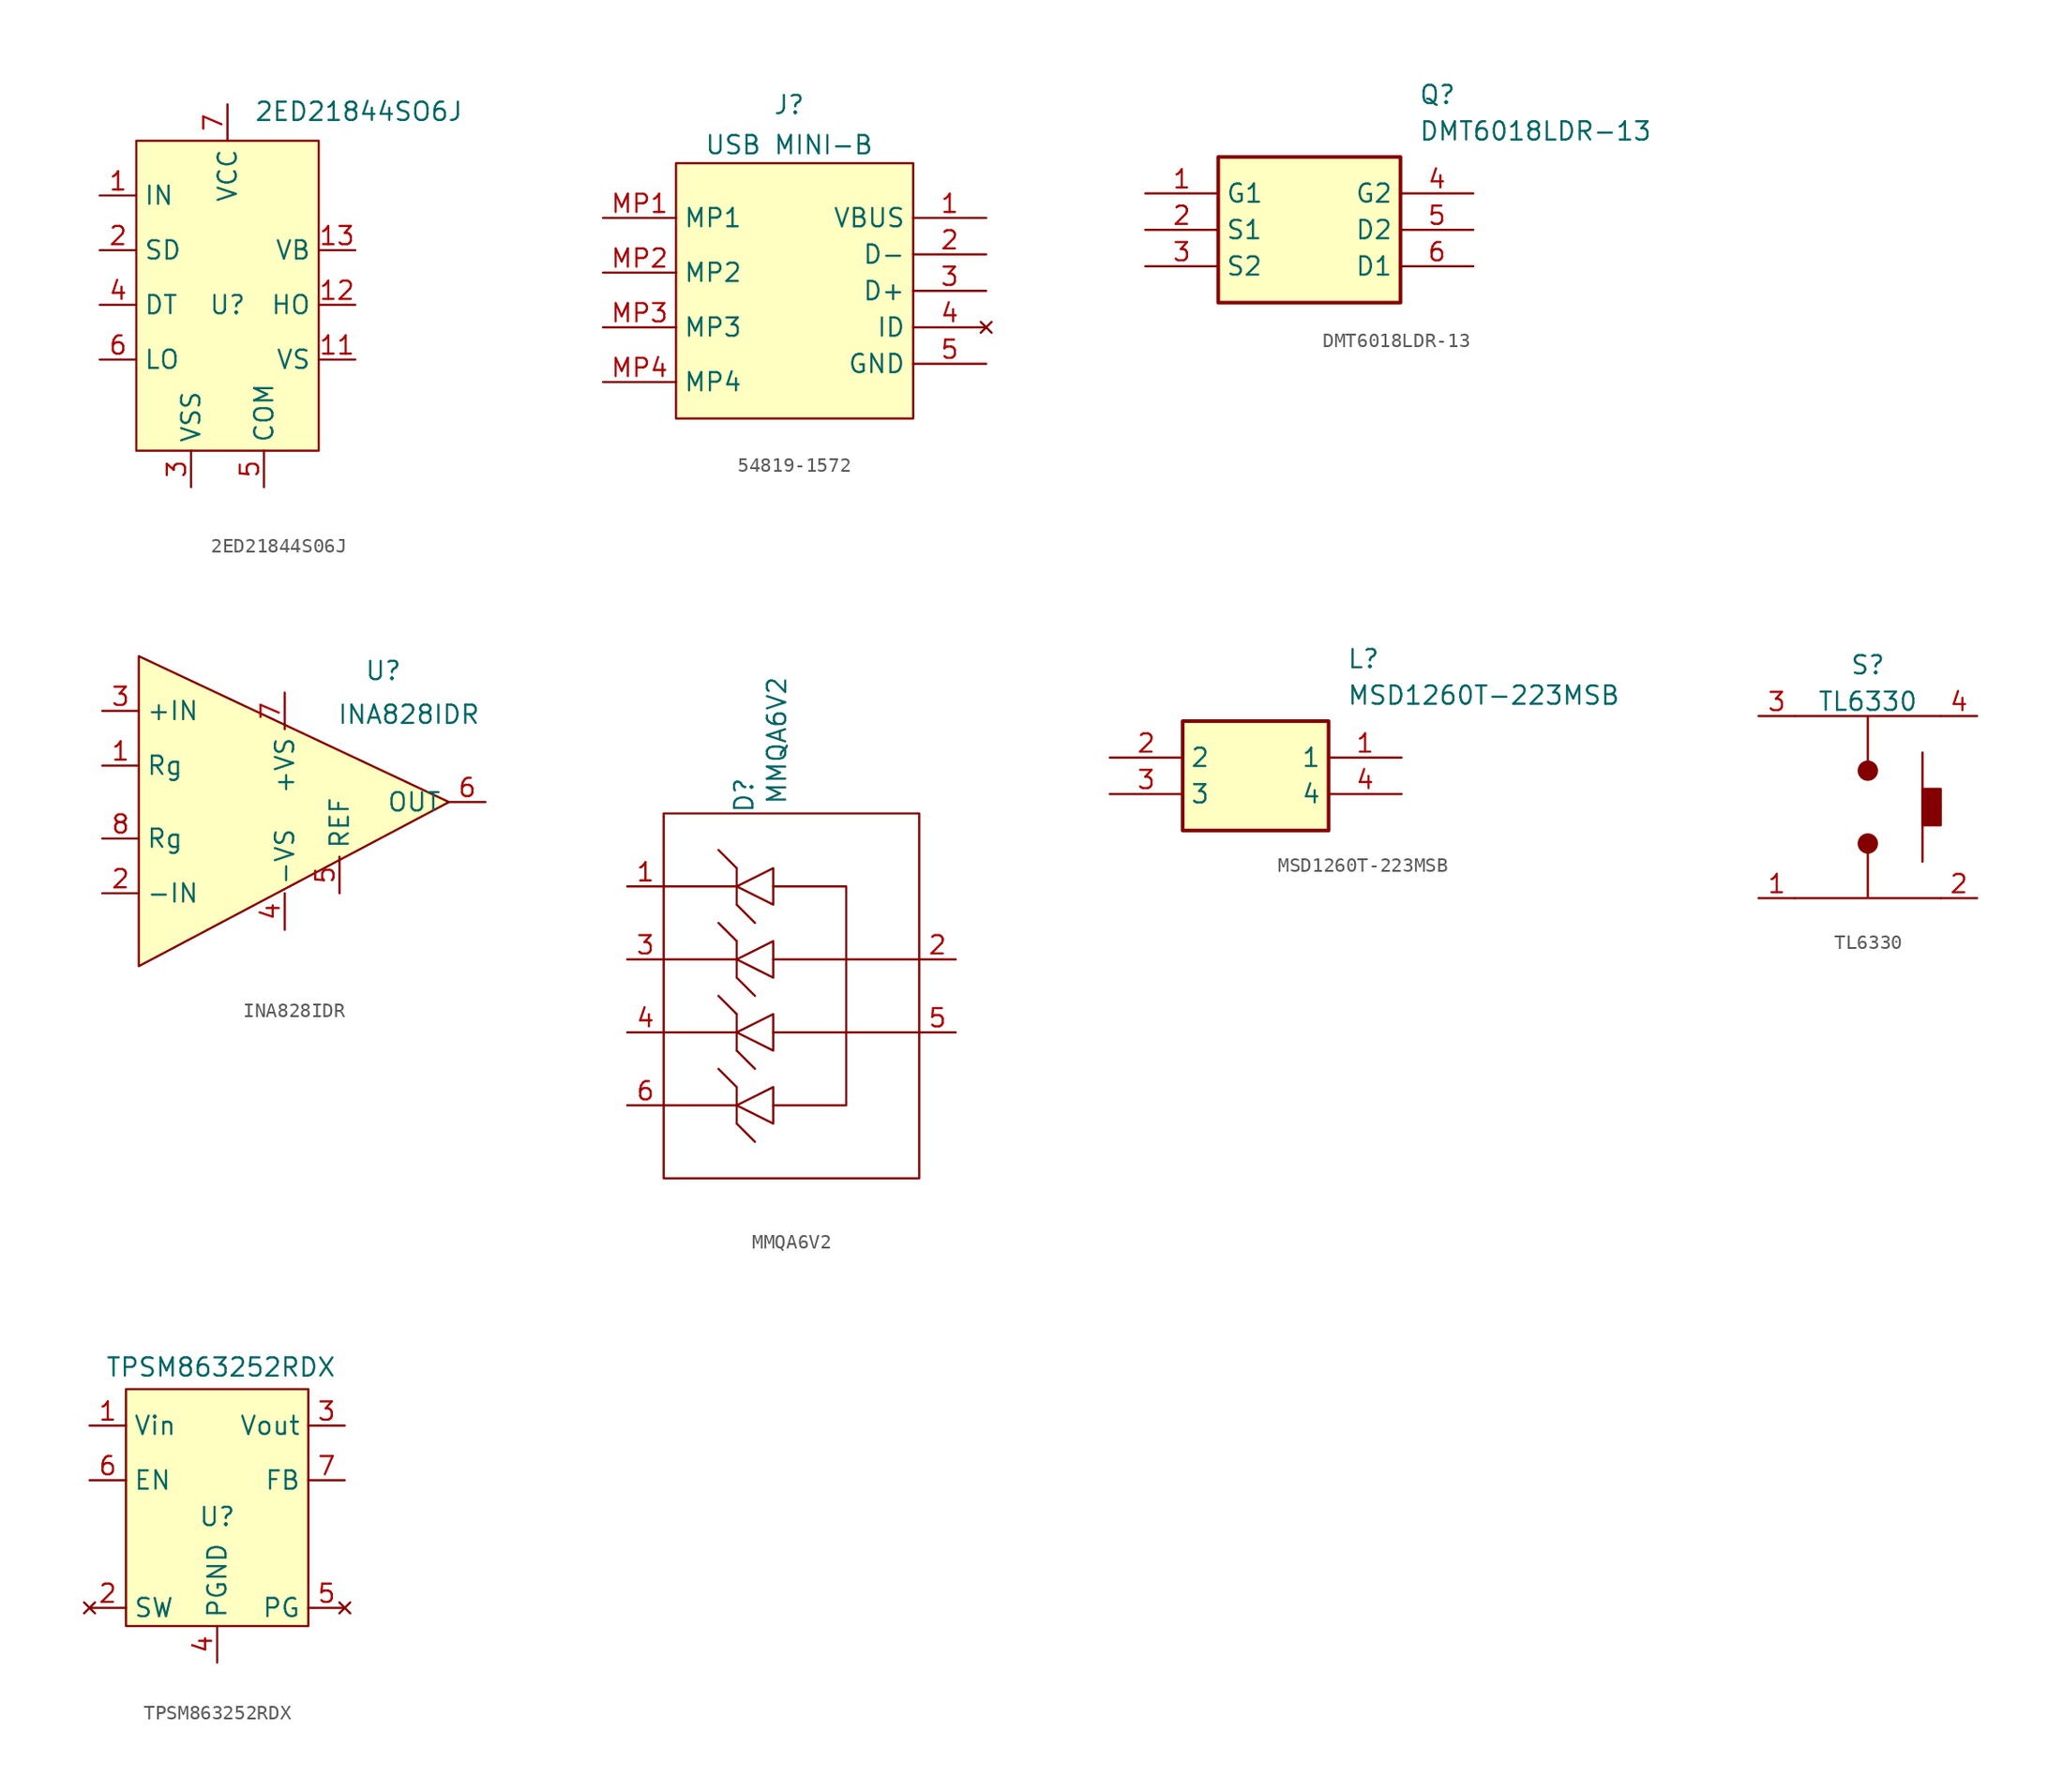
<source format=kicad_sym>
(kicad_symbol_lib
  (version 20231120)
  (generator "kicad_symbol_editor")
  (generator_version "8.0")
  (symbol "2ED21844S06J"
    (property "Reference" "U"
      (at 0 0 0)
      (effects (font (size 1.27 1.27))))
    (property "Value" "2ED21844SO6J"
      (at 9.144 13.462 0)
      (effects (font (size 1.27 1.27))))
    (symbol "2ED21844S06J_1_1"
      (rectangle (start -6.35 11.43) (end 6.35 -10.16) (stroke (width 0) (type default)) (fill (type background)))
      (pin input line (at -8.89 7.62 0) (length 2.54) (name "IN" (effects (font (size 1.27 1.27)))) (number "1" (effects (font (size 1.27 1.27)))))
      (pin passive line (at 8.89 -3.81 180) (length 2.54) (name "VS" (effects (font (size 1.27 1.27)))) (number "11" (effects (font (size 1.27 1.27)))))
      (pin output line (at 8.89 0 180) (length 2.54) (name "HO" (effects (font (size 1.27 1.27)))) (number "12" (effects (font (size 1.27 1.27)))))
      (pin passive line (at 8.89 3.81 180) (length 2.54) (name "VB" (effects (font (size 1.27 1.27)))) (number "13" (effects (font (size 1.27 1.27)))))
      (pin input line (at -8.89 3.81 0) (length 2.54) (name "SD" (effects (font (size 1.27 1.27)))) (number "2" (effects (font (size 1.27 1.27)))))
      (pin power_in line (at -2.54 -12.7 90) (length 2.54) (name "VSS" (effects (font (size 1.27 1.27)))) (number "3" (effects (font (size 1.27 1.27)))))
      (pin passive line (at -8.89 0 0) (length 2.54) (name "DT" (effects (font (size 1.27 1.27)))) (number "4" (effects (font (size 1.27 1.27)))))
      (pin power_in line (at 2.54 -12.7 90) (length 2.54) (name "COM" (effects (font (size 1.27 1.27)))) (number "5" (effects (font (size 1.27 1.27)))))
      (pin output line (at -8.89 -3.81 0) (length 2.54) (name "LO" (effects (font (size 1.27 1.27)))) (number "6" (effects (font (size 1.27 1.27)))))
      (pin power_in line (at 0 13.97 270) (length 2.54) (name "VCC" (effects (font (size 1.27 1.27)))) (number "7" (effects (font (size 1.27 1.27)))))))
  (symbol "54819-1572"
    (property "Reference" "J"
      (at 0.254 7.874 0)
      (effects (font (size 1.27 1.27))))
    (property "Value" "USB MINI-B"
      (at 0.254 5.08 0)
      (effects (font (size 1.27 1.27))))
    (symbol "54819-1572_1_1"
      (rectangle (start -7.62 3.81) (end 8.89 -13.97) (stroke (width 0) (type default)) (fill (type background)))
      (pin passive line (at 13.97 0 180) (length 5.08) (name "VBUS" (effects (font (size 1.27 1.27)))) (number "1" (effects (font (size 1.27 1.27)))))
      (pin passive line (at 13.97 -2.54 180) (length 5.08) (name "D-" (effects (font (size 1.27 1.27)))) (number "2" (effects (font (size 1.27 1.27)))))
      (pin passive line (at 13.97 -5.08 180) (length 5.08) (name "D+" (effects (font (size 1.27 1.27)))) (number "3" (effects (font (size 1.27 1.27)))))
      (pin no_connect line (at 13.97 -7.62 180) (length 5.08) (name "ID" (effects (font (size 1.27 1.27)))) (number "4" (effects (font (size 1.27 1.27)))))
      (pin passive line (at 13.97 -10.16 180) (length 5.08) (name "GND" (effects (font (size 1.27 1.27)))) (number "5" (effects (font (size 1.27 1.27)))))
      (pin passive line (at -12.7 0 0) (length 5.08) (name "MP1" (effects (font (size 1.27 1.27)))) (number "MP1" (effects (font (size 1.27 1.27)))))
      (pin passive line (at -12.7 -3.81 0) (length 5.08) (name "MP2" (effects (font (size 1.27 1.27)))) (number "MP2" (effects (font (size 1.27 1.27)))))
      (pin passive line (at -12.7 -7.62 0) (length 5.08) (name "MP3" (effects (font (size 1.27 1.27)))) (number "MP3" (effects (font (size 1.27 1.27)))))
      (pin passive line (at -12.7 -11.43 0) (length 5.08) (name "MP4" (effects (font (size 1.27 1.27)))) (number "MP4" (effects (font (size 1.27 1.27)))))))
  (symbol "DMT6018LDR-13"
    (property "Reference" "Q"
      (at 19.05 7.62 0)
      (effects (font (size 1.27 1.27)) (justify left top)))
    (property "Value" "DMT6018LDR-13"
      (at 19.05 5.08 0)
      (effects (font (size 1.27 1.27)) (justify left top)))
    (symbol "DMT6018LDR-13_1_1"
      (rectangle (start 5.08 2.54) (end 17.78 -7.62) (stroke (width 0.254) (type default)) (fill (type background)))
      (pin passive line (at 0 0 0) (length 5.08) (name "G1" (effects (font (size 1.27 1.27)))) (number "1" (effects (font (size 1.27 1.27)))))
      (pin passive line (at 0 -2.54 0) (length 5.08) (name "S1" (effects (font (size 1.27 1.27)))) (number "2" (effects (font (size 1.27 1.27)))))
      (pin passive line (at 0 -5.08 0) (length 5.08) (name "S2" (effects (font (size 1.27 1.27)))) (number "3" (effects (font (size 1.27 1.27)))))
      (pin passive line (at 22.86 0 180) (length 5.08) (name "G2" (effects (font (size 1.27 1.27)))) (number "4" (effects (font (size 1.27 1.27)))))
      (pin passive line (at 22.86 -2.54 180) (length 5.08) (name "D2" (effects (font (size 1.27 1.27)))) (number "5" (effects (font (size 1.27 1.27)))))
      (pin passive line (at 22.86 -5.08 180) (length 5.08) (name "D1" (effects (font (size 1.27 1.27)))) (number "6" (effects (font (size 1.27 1.27)))))))
  (symbol "INA828IDR"
    (property "Reference" "U"
      (at 6.858 9.144 0)
      (effects (font (size 1.27 1.27))))
    (property "Value" "INA828IDR"
      (at 8.636 6.096 0)
      (effects (font (size 1.27 1.27))))
    (symbol "INA828IDR_1_1"
      (polyline (pts (xy -10.16 10.16) (xy -10.16 -11.43) (xy 11.43 0) (xy -10.16 10.16)) (stroke (width 0) (type default)) (fill (type background)))
      (pin passive line (at -12.7 2.54 0) (length 2.54) (name "Rg" (effects (font (size 1.27 1.27)))) (number "1" (effects (font (size 1.27 1.27)))))
      (pin input line (at -12.7 -6.35 0) (length 2.54) (name "-IN" (effects (font (size 1.27 1.27)))) (number "2" (effects (font (size 1.27 1.27)))))
      (pin input line (at -12.7 6.35 0) (length 2.54) (name "+IN" (effects (font (size 1.27 1.27)))) (number "3" (effects (font (size 1.27 1.27)))))
      (pin power_in line (at 0 -8.89 90) (length 2.54) (name "-VS" (effects (font (size 1.27 1.27)))) (number "4" (effects (font (size 1.27 1.27)))))
      (pin input line (at 3.81 -6.35 90) (length 2.54) (name "REF" (effects (font (size 1.27 1.27)))) (number "5" (effects (font (size 1.27 1.27)))))
      (pin output line (at 13.97 0 180) (length 2.54) (name "OUT" (effects (font (size 1.27 1.27)))) (number "6" (effects (font (size 1.27 1.27)))))
      (pin power_in line (at 0 7.62 270) (length 2.54) (name "+VS" (effects (font (size 1.27 1.27)))) (number "7" (effects (font (size 1.27 1.27)))))
      (pin passive line (at -12.7 -2.54 0) (length 2.54) (name "Rg" (effects (font (size 1.27 1.27)))) (number "8" (effects (font (size 1.27 1.27)))))))
  (symbol "MMQA6V2"
    (property "Reference" "D"
      (at 5.588 1.27 90)
      (effects (font (size 1.27 1.27))))
    (property "Value" "MMQA6V2"
      (at 7.874 5.08 90)
      (effects (font (size 1.27 1.27))))
    (symbol "MMQA6V2_0_1"
      (polyline (pts (xy 0 -20.32) (xy 5.08 -20.32)) (stroke (width 0) (type default)) (fill (type none)))
      (polyline (pts (xy 5.08 -21.59) (xy 5.08 -19.05)) (stroke (width 0) (type default)) (fill (type none)))
      (polyline (pts (xy 5.08 -21.59) (xy 6.35 -22.86)) (stroke (width 0) (type default)) (fill (type none)))
      (polyline (pts (xy 5.08 -20.32) (xy 5.08 -20.32)) (stroke (width 0) (type default)) (fill (type none)))
      (polyline (pts (xy 5.08 -20.32) (xy 5.08 -20.32)) (stroke (width 0) (type default)) (fill (type none)))
      (polyline (pts (xy 5.08 -19.05) (xy 3.81 -17.78)) (stroke (width 0) (type default)) (fill (type none)))
      (polyline (pts (xy 5.08 -16.51) (xy 5.08 -13.97)) (stroke (width 0) (type default)) (fill (type none)))
      (polyline (pts (xy 5.08 -16.51) (xy 6.35 -17.78)) (stroke (width 0) (type default)) (fill (type none)))
      (polyline (pts (xy 5.08 -15.24) (xy 0 -15.24)) (stroke (width 0) (type default)) (fill (type none)))
      (polyline (pts (xy 5.08 -15.24) (xy 5.08 -15.24)) (stroke (width 0) (type default)) (fill (type none)))
      (polyline (pts (xy 5.08 -13.97) (xy 3.81 -12.7)) (stroke (width 0) (type default)) (fill (type none)))
      (polyline (pts (xy 5.08 -11.43) (xy 5.08 -8.89)) (stroke (width 0) (type default)) (fill (type none)))
      (polyline (pts (xy 5.08 -11.43) (xy 6.35 -12.7)) (stroke (width 0) (type default)) (fill (type none)))
      (polyline (pts (xy 5.08 -10.16) (xy 0 -10.16)) (stroke (width 0) (type default)) (fill (type none)))
      (polyline (pts (xy 5.08 -10.16) (xy 5.08 -10.16)) (stroke (width 0) (type default)) (fill (type none)))
      (polyline (pts (xy 5.08 -8.89) (xy 3.81 -7.62)) (stroke (width 0) (type default)) (fill (type none)))
      (polyline (pts (xy 5.08 -6.35) (xy 5.08 -3.81)) (stroke (width 0) (type default)) (fill (type none)))
      (polyline (pts (xy 5.08 -6.35) (xy 6.35 -7.62)) (stroke (width 0) (type default)) (fill (type none)))
      (polyline (pts (xy 5.08 -5.08) (xy 0 -5.08)) (stroke (width 0) (type default)) (fill (type none)))
      (polyline (pts (xy 5.08 -3.81) (xy 3.81 -2.54)) (stroke (width 0) (type default)) (fill (type none)))
      (polyline (pts (xy 7.62 -15.24) (xy 17.78 -15.24)) (stroke (width 0) (type default)) (fill (type none)))
      (polyline (pts (xy 7.62 -10.16) (xy 17.78 -10.16)) (stroke (width 0) (type default)) (fill (type none)))
      (polyline (pts (xy 12.7 -10.16) (xy 12.7 -15.24)) (stroke (width 0) (type default)) (fill (type none)))
      (polyline (pts (xy 7.62 -5.08) (xy 12.7 -5.08) (xy 12.7 -10.16)) (stroke (width 0) (type default)) (fill (type none)))
      (polyline (pts (xy 12.7 -15.24) (xy 12.7 -20.32) (xy 7.62 -20.32)) (stroke (width 0) (type default)) (fill (type none)))
      (polyline (pts (xy 5.08 -20.32) (xy 7.62 -21.59) (xy 7.62 -19.05) (xy 5.08 -20.32)) (stroke (width 0) (type default)) (fill (type none)))
      (polyline (pts (xy 5.08 -15.24) (xy 7.62 -16.51) (xy 7.62 -13.97) (xy 5.08 -15.24)) (stroke (width 0) (type default)) (fill (type none)))
      (polyline (pts (xy 5.08 -10.16) (xy 7.62 -11.43) (xy 7.62 -8.89) (xy 5.08 -10.16)) (stroke (width 0) (type default)) (fill (type none)))
      (polyline (pts (xy 5.08 -5.08) (xy 7.62 -6.35) (xy 7.62 -3.81) (xy 5.08 -5.08)) (stroke (width 0) (type default)) (fill (type none)))
      (rectangle (start 0 0) (end 17.78 -25.4) (stroke (width 0) (type default)) (fill (type none))))
    (symbol "MMQA6V2_1_1"
      (pin passive line (at -2.54 -5.08 0) (length 2.54) (name "" (effects (font (size 1.27 1.27)))) (number "1" (effects (font (size 1.27 1.27)))))
      (pin passive line (at 20.32 -10.16 180) (length 2.54) (name "" (effects (font (size 1.27 1.27)))) (number "2" (effects (font (size 1.27 1.27)))))
      (pin passive line (at -2.54 -10.16 0) (length 2.54) (name "" (effects (font (size 1.27 1.27)))) (number "3" (effects (font (size 1.27 1.27)))))
      (pin passive line (at -2.54 -15.24 0) (length 2.54) (name "" (effects (font (size 1.27 1.27)))) (number "4" (effects (font (size 1.27 1.27)))))
      (pin passive line (at 20.32 -15.24 180) (length 2.54) (name "" (effects (font (size 1.27 1.27)))) (number "5" (effects (font (size 1.27 1.27)))))
      (pin passive line (at -2.54 -20.32 0) (length 2.54) (name "" (effects (font (size 1.27 1.27)))) (number "6" (effects (font (size 1.27 1.27)))))))
  (symbol "MSD1260T-223MSB"
    (property "Reference" "L"
      (at 16.51 7.62 0)
      (effects (font (size 1.27 1.27)) (justify left top)))
    (property "Value" "MSD1260T-223MSB"
      (at 16.51 5.08 0)
      (effects (font (size 1.27 1.27)) (justify left top)))
    (symbol "MSD1260T-223MSB_1_1"
      (rectangle (start 5.08 2.54) (end 15.24 -5.08) (stroke (width 0.254) (type default)) (fill (type background)))
      (pin passive line (at 20.32 0 180) (length 5.08) (name "1" (effects (font (size 1.27 1.27)))) (number "1" (effects (font (size 1.27 1.27)))))
      (pin passive line (at 0 0 0) (length 5.08) (name "2" (effects (font (size 1.27 1.27)))) (number "2" (effects (font (size 1.27 1.27)))))
      (pin passive line (at 0 -2.54 0) (length 5.08) (name "3" (effects (font (size 1.27 1.27)))) (number "3" (effects (font (size 1.27 1.27)))))
      (pin passive line (at 20.32 -2.54 180) (length 5.08) (name "4" (effects (font (size 1.27 1.27)))) (number "4" (effects (font (size 1.27 1.27)))))))
  (symbol "TL6330"
    (property "Reference" "S"
      (at 0 3.556 0)
      (effects (font (size 1.27 1.27))))
    (property "Value" "TL6330"
      (at 0 1.016 0)
      (effects (font (size 1.27 1.27))))
    (symbol "TL6330_0_1"
      (circle (center 0 -8.89) (radius 0.635) (stroke (width 0) (type default)) (fill (type outline)))
      (circle (center 0 -3.81) (radius 0.635) (stroke (width 0) (type default)) (fill (type outline)))
      (polyline (pts (xy 3.81 -2.54) (xy 3.81 -10.16)) (stroke (width 0) (type default)) (fill (type none)))
      (polyline (pts (xy -5.08 0) (xy 5.08 0) (xy 0 0) (xy 0 -3.81)) (stroke (width 0.152) (type default)) (fill (type none)))
      (rectangle (start 3.81 -5.08) (end 5.08 -7.62) (stroke (width 0) (type default)) (fill (type outline)))
      (rectangle (start 5.08 -6.35) (end 5.08 -6.35) (stroke (width 0) (type default)) (fill (type none))))
    (symbol "TL6330_1_1"
      (polyline (pts (xy 5.08 -12.7) (xy -5.08 -12.7) (xy 0 -12.7) (xy 0 -8.89)) (stroke (width 0.152) (type default)) (fill (type none)))
      (pin input line (at -7.62 -12.7 0) (length 2.54) (name "" (effects (font (size 1.27 1.27)))) (number "1" (effects (font (size 1.27 1.27)))))
      (pin input line (at 7.62 -12.7 180) (length 2.54) (name "" (effects (font (size 1.27 1.27)))) (number "2" (effects (font (size 1.27 1.27)))))
      (pin input line (at -7.62 0 0) (length 2.54) (name "" (effects (font (size 1.27 1.27)))) (number "3" (effects (font (size 1.27 1.27)))))
      (pin input line (at 7.62 0 180) (length 2.54) (name "" (effects (font (size 1.27 1.27)))) (number "4" (effects (font (size 1.27 1.27)))))))
  (symbol "TPSM863252RDX"
    (property "Reference" "U"
      (at 0 0 0)
      (effects (font (size 1.27 1.27))))
    (property "Value" "TPSM863252RDX"
      (at 0.254 10.414 0)
      (effects (font (size 1.27 1.27))))
    (symbol "TPSM863252RDX_1_1"
      (rectangle (start -6.35 8.89) (end 6.35 -7.62) (stroke (width 0) (type default)) (fill (type background)))
      (pin power_in line (at -8.89 6.35 0) (length 2.54) (name "Vin" (effects (font (size 1.27 1.27)))) (number "1" (effects (font (size 1.27 1.27)))))
      (pin no_connect line (at -8.89 -6.35 0) (length 2.54) (name "SW" (effects (font (size 1.27 1.27)))) (number "2" (effects (font (size 1.27 1.27)))))
      (pin power_out line (at 8.89 6.35 180) (length 2.54) (name "Vout" (effects (font (size 1.27 1.27)))) (number "3" (effects (font (size 1.27 1.27)))))
      (pin power_in line (at 0 -10.16 90) (length 2.54) (name "PGND" (effects (font (size 1.27 1.27)))) (number "4" (effects (font (size 1.27 1.27)))))
      (pin no_connect line (at 8.89 -6.35 180) (length 2.54) (name "PG" (effects (font (size 1.27 1.27)))) (number "5" (effects (font (size 1.27 1.27)))))
      (pin input line (at -8.89 2.54 0) (length 2.54) (name "EN" (effects (font (size 1.27 1.27)))) (number "6" (effects (font (size 1.27 1.27)))))
      (pin input line (at 8.89 2.54 180) (length 2.54) (name "FB" (effects (font (size 1.27 1.27)))) (number "7" (effects (font (size 1.27 1.27))))))))
</source>
